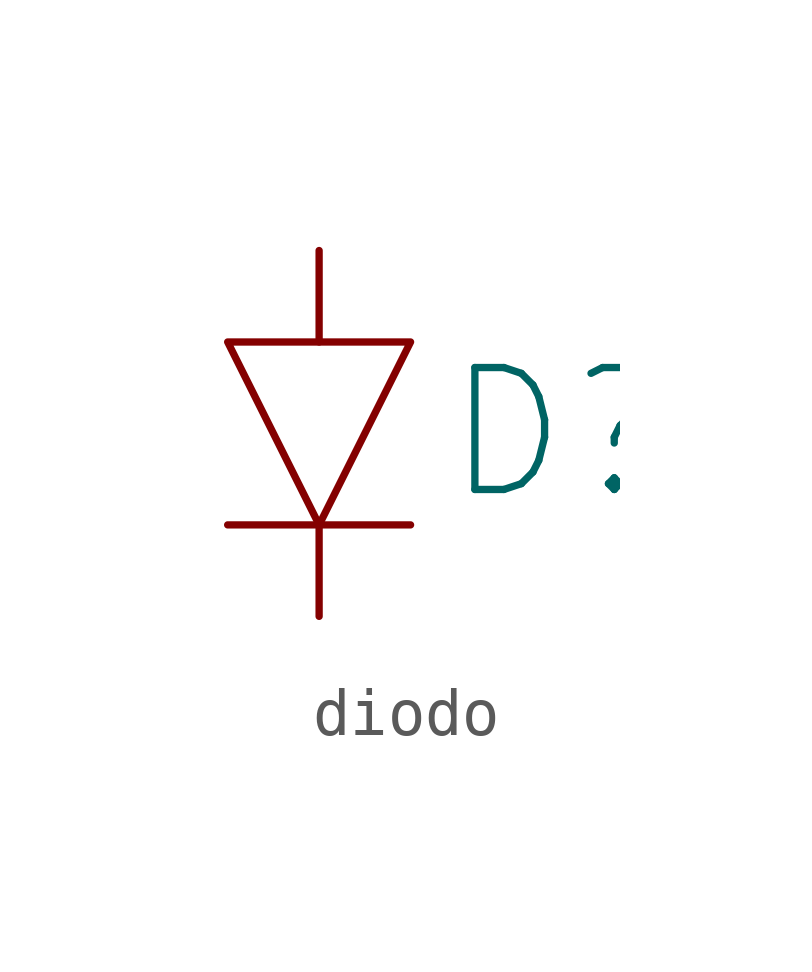
<source format=kicad_sym>
(kicad_symbol_lib
  (version 20220914)
  (generator kicad_symbol_editor)
  (symbol "diodo"
    (pin_names
      (offset 1.016))
    (property "Reference" "D"
      (at 2.54 -3.81 0)
      (effects (font (size 2.54 2.54)) (justify left)))
    (symbol "diodo_0_1"
      (polyline (pts (xy 1.905 -5.715) (xy -1.905 -5.715)) (stroke (width 0) (type default)) (fill (type none)))
      (polyline (pts (xy 1.905 -1.905) (xy -1.905 -1.905) (xy 0 -5.715) (xy 1.905 -1.905)) (stroke (width 0) (type default)) (fill (type none))))
    (symbol "diodo_1_1"
      (pin input line (at 0 -7.62 90) (length 1.905) (name "" (effects (font (size 1.27 1.27)))) (number "" (effects (font (size 1.143 1.143)))))
      (pin input line (at 0 0 270) (length 1.905) (name "" (effects (font (size 1.27 1.27)))) (number "" (effects (font (size 1.143 1.143))))))))
</source>
